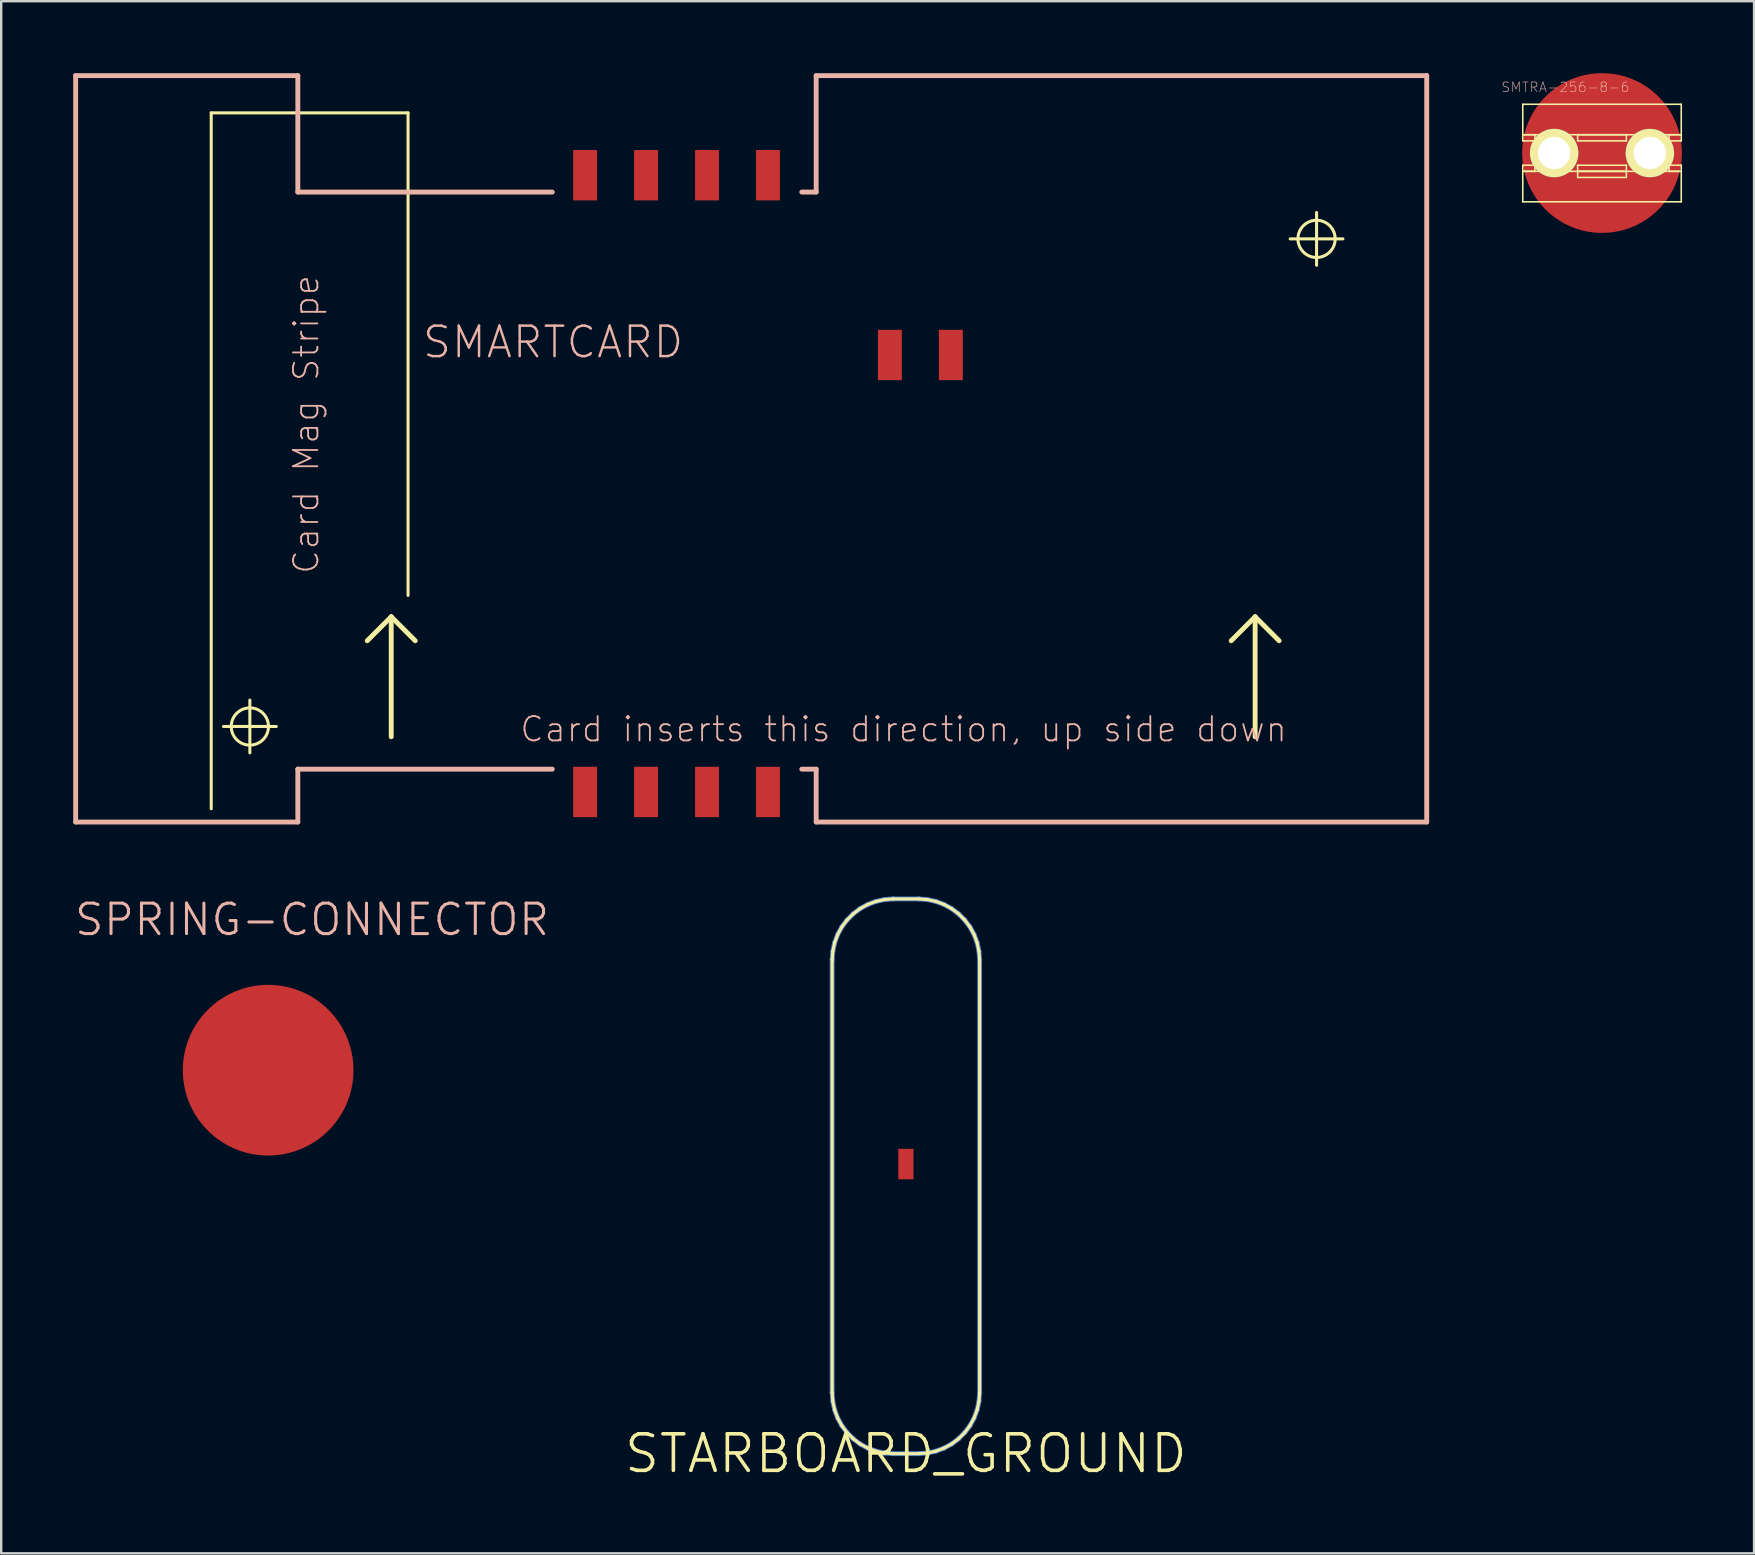
<source format=kicad_pcb>
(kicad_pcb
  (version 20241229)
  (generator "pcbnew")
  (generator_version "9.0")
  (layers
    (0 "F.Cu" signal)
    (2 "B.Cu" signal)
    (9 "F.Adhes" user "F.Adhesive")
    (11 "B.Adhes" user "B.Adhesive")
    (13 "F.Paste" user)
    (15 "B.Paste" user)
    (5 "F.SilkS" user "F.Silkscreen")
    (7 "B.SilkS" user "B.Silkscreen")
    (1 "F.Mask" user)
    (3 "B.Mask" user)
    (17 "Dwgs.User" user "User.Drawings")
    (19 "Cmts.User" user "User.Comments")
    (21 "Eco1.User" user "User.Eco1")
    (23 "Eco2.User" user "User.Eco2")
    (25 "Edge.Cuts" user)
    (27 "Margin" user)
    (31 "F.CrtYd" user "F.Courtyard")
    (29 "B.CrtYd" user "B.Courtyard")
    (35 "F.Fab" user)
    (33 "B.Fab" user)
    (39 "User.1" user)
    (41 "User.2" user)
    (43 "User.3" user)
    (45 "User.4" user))
  (footprint "SPRING-CONNECTOR"
    (layer "F.Cu")
    (at 8.123 41.543)
    (property "Reference" "SPRING-CONNECTOR" (at 1.829 -6.274 0) (layer "B.SilkS") (effects (font (size 1.27 1.27) (thickness 0.127))))
    (attr smd)
    (pad "P$2" smd circle (at 0 0) (size 7.112 7.112) (layers "F.Cu" "F.Mask" "F.Paste")))
  (footprint "SMARTCARD"
    (layer "F.Cu")
    (at 28.25 15.651)
    (property "Reference" "SMARTCARD" (at -8.255 -4.445 0) (layer "B.SilkS") (effects (font (size 1.27 1.27) (thickness 0.102))))
    (attr smd)
    (fp_line (start -22.499 -13.998) (end -22.499 14.999) (stroke (width 0.127) (type solid)) (layer "F.SilkS"))
    (fp_line (start -21.989 11.57) (end -19.789 11.57) (stroke (width 0.127) (type solid)) (layer "F.SilkS"))
    (fp_line (start -20.889 12.67) (end -20.889 10.47) (stroke (width 0.127) (type solid)) (layer "F.SilkS"))
    (fp_line (start -14.999 6.998) (end -15.999 7.998) (stroke (width 0.203) (type solid)) (layer "F.SilkS"))
    (fp_line (start -14.999 6.998) (end -13.998 7.998) (stroke (width 0.203) (type solid)) (layer "F.SilkS"))
    (fp_line (start -14.999 11.999) (end -14.999 6.998) (stroke (width 0.203) (type solid)) (layer "F.SilkS"))
    (fp_line (start -14.298 -13.998) (end -22.499 -13.998) (stroke (width 0.127) (type solid)) (layer "F.SilkS"))
    (fp_line (start -14.298 6.109) (end -14.298 -13.998) (stroke (width 0.127) (type solid)) (layer "F.SilkS"))
    (fp_line (start 20.998 6.998) (end 20 7.998) (stroke (width 0.203) (type solid)) (layer "F.SilkS"))
    (fp_line (start 20.998 6.998) (end 21.999 7.998) (stroke (width 0.203) (type solid)) (layer "F.SilkS"))
    (fp_line (start 20.998 11.999) (end 20.998 6.998) (stroke (width 0.203) (type solid)) (layer "F.SilkS"))
    (fp_line (start 22.459 -8.748) (end 24.658 -8.748) (stroke (width 0.127) (type solid)) (layer "F.SilkS"))
    (fp_line (start 23.558 -7.648) (end 23.558 -9.848) (stroke (width 0.127) (type solid)) (layer "F.SilkS"))
    (fp_circle (center -20.889 11.57) (end -21.438 12.118) (stroke (width 0.127) (type solid)) (fill no) (layer "F.SilkS"))
    (fp_circle (center 23.558 -8.748) (end 24.107 -9.296) (stroke (width 0.127) (type solid)) (fill no) (layer "F.SilkS"))
    (fp_line (start -28.148 -15.55) (end -18.89 -15.55) (stroke (width 0.203) (type solid)) (layer "B.SilkS"))
    (fp_line (start -28.148 15.55) (end -28.148 -15.55) (stroke (width 0.203) (type solid)) (layer "B.SilkS"))
    (fp_line (start -18.89 -10.698) (end -18.89 -15.55) (stroke (width 0.203) (type solid)) (layer "B.SilkS"))
    (fp_line (start -18.89 -10.698) (end -8.288 -10.698) (stroke (width 0.203) (type solid)) (layer "B.SilkS"))
    (fp_line (start -18.89 13.348) (end -18.89 15.55) (stroke (width 0.203) (type solid)) (layer "B.SilkS"))
    (fp_line (start -18.89 13.348) (end -8.288 13.348) (stroke (width 0.203) (type solid)) (layer "B.SilkS"))
    (fp_line (start -18.89 15.55) (end -28.148 15.55) (stroke (width 0.203) (type solid)) (layer "B.SilkS"))
    (fp_line (start 2.108 -10.698) (end 2.708 -10.698) (stroke (width 0.203) (type solid)) (layer "B.SilkS"))
    (fp_line (start 2.108 13.348) (end 2.708 13.348) (stroke (width 0.203) (type solid)) (layer "B.SilkS"))
    (fp_line (start 2.708 -15.55) (end 28.148 -15.55) (stroke (width 0.203) (type solid)) (layer "B.SilkS"))
    (fp_line (start 2.708 -10.698) (end 2.708 -15.55) (stroke (width 0.203) (type solid)) (layer "B.SilkS"))
    (fp_line (start 2.708 13.348) (end 2.708 15.55) (stroke (width 0.203) (type solid)) (layer "B.SilkS"))
    (fp_line (start 28.148 -15.55) (end 28.148 15.55) (stroke (width 0.203) (type solid)) (layer "B.SilkS"))
    (fp_line (start 28.148 15.55) (end 2.708 15.55) (stroke (width 0.203) (type solid)) (layer "B.SilkS"))
    (fp_text user "Card inserts this direction, up side down" (at 6.35 11.684 0) (layer "B.SilkS") (effects (font (size 1.016 1.016) (thickness 0.076))))
    (fp_text user "Card Mag Stripe" (at -18.542 -1.016 90) (layer "B.SilkS") (effects (font (size 1.016 1.016) (thickness 0.076))))
    (pad "C1" smd rect (at -6.919 -11.4 90) (size 2.098 0.998) (layers "F.Cu" "F.Mask" "F.Paste"))
    (pad "C2" smd rect (at -4.379 -11.4 90) (size 2.098 0.998) (layers "F.Cu" "F.Mask" "F.Paste"))
    (pad "C3" smd rect (at -1.839 -11.4 90) (size 2.098 0.998) (layers "F.Cu" "F.Mask" "F.Paste"))
    (pad "C4" smd rect (at 0.699 -11.4 90) (size 2.098 0.998) (layers "F.Cu" "F.Mask" "F.Paste"))
    (pad "C5" smd rect (at -6.919 14.298 90) (size 2.098 0.998) (layers "F.Cu" "F.Mask" "F.Paste"))
    (pad "C6" smd rect (at -4.379 14.298 90) (size 2.098 0.998) (layers "F.Cu" "F.Mask" "F.Paste"))
    (pad "C7" smd rect (at -1.839 14.298 90) (size 2.098 0.998) (layers "F.Cu" "F.Mask" "F.Paste"))
    (pad "C8" smd rect (at 0.699 14.298 90) (size 2.098 0.998) (layers "F.Cu" "F.Mask" "F.Paste"))
    (pad "P1" smd rect (at 5.779 -3.909 90) (size 2.098 0.998) (layers "F.Cu" "F.Mask" "F.Paste"))
    (pad "P2" smd rect (at 8.319 -3.909 90) (size 2.098 0.998) (layers "F.Cu" "F.Mask" "F.Paste")))
  (footprint "SMTRA-256-8-6"
    (layer "F.Cu")
    (at 63.702 3.327)
    (property "Reference" "SMTRA-256-8-6" (at -1.524 -2.743 0) (layer "B.SilkS") (effects (font (size 0.406 0.406) (thickness 0.025))))
    (attr smd)
    (fp_line (start -3.302 -2.032) (end 3.302 -2.032) (stroke (width 0.066) (type solid)) (layer "F.SilkS"))
    (fp_line (start -3.302 -0.762) (end -3.302 -2.032) (stroke (width 0.066) (type solid)) (layer "F.SilkS"))
    (fp_line (start -3.302 -0.762) (end -2.794 -0.762) (stroke (width 0.066) (type solid)) (layer "F.SilkS"))
    (fp_line (start -3.302 -0.762) (end 3.302 -0.762) (stroke (width 0.066) (type solid)) (layer "F.SilkS"))
    (fp_line (start -3.302 -0.508) (end -3.302 -0.762) (stroke (width 0.066) (type solid)) (layer "F.SilkS"))
    (fp_line (start -3.302 -0.508) (end -2.794 -0.508) (stroke (width 0.066) (type solid)) (layer "F.SilkS"))
    (fp_line (start -3.302 0.508) (end -2.794 0.508) (stroke (width 0.066) (type solid)) (layer "F.SilkS"))
    (fp_line (start -3.302 0.762) (end -3.302 0.508) (stroke (width 0.066) (type solid)) (layer "F.SilkS"))
    (fp_line (start -3.302 0.762) (end -2.794 0.762) (stroke (width 0.066) (type solid)) (layer "F.SilkS"))
    (fp_line (start -3.302 0.762) (end 3.302 0.762) (stroke (width 0.066) (type solid)) (layer "F.SilkS"))
    (fp_line (start -3.302 2.032) (end -3.302 0.762) (stroke (width 0.066) (type solid)) (layer "F.SilkS"))
    (fp_line (start -3.302 2.032) (end 3.302 2.032) (stroke (width 0.066) (type solid)) (layer "F.SilkS"))
    (fp_line (start -2.794 -0.508) (end -2.794 -0.762) (stroke (width 0.066) (type solid)) (layer "F.SilkS"))
    (fp_line (start -2.794 0.762) (end -2.794 0.508) (stroke (width 0.066) (type solid)) (layer "F.SilkS"))
    (fp_line (start -1.016 -0.762) (end 1.016 -0.762) (stroke (width 0.066) (type solid)) (layer "F.SilkS"))
    (fp_line (start -1.016 -0.508) (end -1.016 -0.762) (stroke (width 0.066) (type solid)) (layer "F.SilkS"))
    (fp_line (start -1.016 -0.508) (end 1.016 -0.508) (stroke (width 0.066) (type solid)) (layer "F.SilkS"))
    (fp_line (start -1.016 0.508) (end 1.016 0.508) (stroke (width 0.066) (type solid)) (layer "F.SilkS"))
    (fp_line (start -1.016 0.762) (end -1.016 0.508) (stroke (width 0.066) (type solid)) (layer "F.SilkS"))
    (fp_line (start -1.016 0.762) (end 1.016 0.762) (stroke (width 0.066) (type solid)) (layer "F.SilkS"))
    (fp_line (start -1.016 0.762) (end 1.016 0.762) (stroke (width 0.066) (type solid)) (layer "F.SilkS"))
    (fp_line (start -1.016 1.016) (end -1.016 0.762) (stroke (width 0.066) (type solid)) (layer "F.SilkS"))
    (fp_line (start -1.016 1.016) (end 1.016 1.016) (stroke (width 0.066) (type solid)) (layer "F.SilkS"))
    (fp_line (start 1.016 -0.508) (end 1.016 -0.762) (stroke (width 0.066) (type solid)) (layer "F.SilkS"))
    (fp_line (start 1.016 0.762) (end 1.016 0.508) (stroke (width 0.066) (type solid)) (layer "F.SilkS"))
    (fp_line (start 1.016 1.016) (end 1.016 0.762) (stroke (width 0.066) (type solid)) (layer "F.SilkS"))
    (fp_line (start 2.794 -0.762) (end 3.302 -0.762) (stroke (width 0.066) (type solid)) (layer "F.SilkS"))
    (fp_line (start 2.794 -0.508) (end 2.794 -0.762) (stroke (width 0.066) (type solid)) (layer "F.SilkS"))
    (fp_line (start 2.794 -0.508) (end 3.302 -0.508) (stroke (width 0.066) (type solid)) (layer "F.SilkS"))
    (fp_line (start 2.794 0.508) (end 3.302 0.508) (stroke (width 0.066) (type solid)) (layer "F.SilkS"))
    (fp_line (start 2.794 0.762) (end 2.794 0.508) (stroke (width 0.066) (type solid)) (layer "F.SilkS"))
    (fp_line (start 2.794 0.762) (end 3.302 0.762) (stroke (width 0.066) (type solid)) (layer "F.SilkS"))
    (fp_line (start 3.302 -0.762) (end 3.302 -2.032) (stroke (width 0.066) (type solid)) (layer "F.SilkS"))
    (fp_line (start 3.302 -0.508) (end 3.302 -0.762) (stroke (width 0.066) (type solid)) (layer "F.SilkS"))
    (fp_line (start 3.302 0.762) (end 3.302 0.508) (stroke (width 0.066) (type solid)) (layer "F.SilkS"))
    (fp_line (start 3.302 2.032) (end 3.302 0.762) (stroke (width 0.066) (type solid)) (layer "F.SilkS"))
    (pad "P$1" thru_hole circle (at -1.994 0) (size 2.019 2.019) (drill 1.346) (layers "*.Cu" "F.Mask" "F.SilkS" "F.Paste"))
    (pad "P$2" thru_hole circle (at 1.994 0) (size 2.019 2.019) (drill 1.346) (layers "*.Cu" "F.Mask" "F.SilkS" "F.Paste"))
    (pad "P$3" smd circle (at 0 0) (size 6.655 6.655) (layers "F.Cu" "F.Mask" "F.Paste")))
  (footprint "STARBOARD_GROUND"
    (layer "F.Cu")
    (at 34.696 57.519)
    (property "Reference" "STARBOARD_GROUND" (at 0 0 0) (layer "F.SilkS") (effects (font (size 1.524 1.524) (thickness 0.15))))
    (attr smd)
    (fp_line (start -3.073 -20.574) (end -3.045 -20.935) (stroke (width 0.203) (type solid)) (layer "B.Cu"))
    (fp_line (start -3.073 -2.54) (end -3.073 -20.574) (stroke (width 0.203) (type solid)) (layer "B.Cu"))
    (fp_line (start -3.045 -20.935) (end -2.969 -21.288) (stroke (width 0.203) (type solid)) (layer "B.Cu"))
    (fp_line (start -3.045 -2.177) (end -3.073 -2.54) (stroke (width 0.203) (type solid)) (layer "B.Cu"))
    (fp_line (start -2.969 -21.288) (end -2.842 -21.628) (stroke (width 0.203) (type solid)) (layer "B.Cu"))
    (fp_line (start -2.969 -1.824) (end -3.045 -2.177) (stroke (width 0.203) (type solid)) (layer "B.Cu"))
    (fp_line (start -2.842 -21.628) (end -2.67 -21.946) (stroke (width 0.203) (type solid)) (layer "B.Cu"))
    (fp_line (start -2.842 -1.483) (end -2.969 -1.824) (stroke (width 0.203) (type solid)) (layer "B.Cu"))
    (fp_line (start -2.67 -21.946) (end -2.451 -22.235) (stroke (width 0.203) (type solid)) (layer "B.Cu"))
    (fp_line (start -2.67 -1.166) (end -2.842 -1.483) (stroke (width 0.203) (type solid)) (layer "B.Cu"))
    (fp_line (start -2.451 -22.235) (end -2.195 -22.492) (stroke (width 0.203) (type solid)) (layer "B.Cu"))
    (fp_line (start -2.451 -0.876) (end -2.67 -1.166) (stroke (width 0.203) (type solid)) (layer "B.Cu"))
    (fp_line (start -2.195 -22.492) (end -1.905 -22.71) (stroke (width 0.203) (type solid)) (layer "B.Cu"))
    (fp_line (start -2.195 -0.62) (end -2.451 -0.876) (stroke (width 0.203) (type solid)) (layer "B.Cu"))
    (fp_line (start -1.905 -22.71) (end -1.587 -22.883) (stroke (width 0.203) (type solid)) (layer "B.Cu"))
    (fp_line (start -1.905 -0.401) (end -2.195 -0.62) (stroke (width 0.203) (type solid)) (layer "B.Cu"))
    (fp_line (start -1.587 -22.883) (end -1.247 -23.01) (stroke (width 0.203) (type solid)) (layer "B.Cu"))
    (fp_line (start -1.587 -0.229) (end -1.905 -0.401) (stroke (width 0.203) (type solid)) (layer "B.Cu"))
    (fp_line (start -1.247 -23.01) (end -0.894 -23.086) (stroke (width 0.203) (type solid)) (layer "B.Cu"))
    (fp_line (start -1.247 -0.102) (end -1.587 -0.229) (stroke (width 0.203) (type solid)) (layer "B.Cu"))
    (fp_line (start -0.894 -23.086) (end -0.533 -23.114) (stroke (width 0.203) (type solid)) (layer "B.Cu"))
    (fp_line (start -0.894 -0.025) (end -1.247 -0.102) (stroke (width 0.203) (type solid)) (layer "B.Cu"))
    (fp_line (start -0.533 -23.114) (end 0.533 -23.114) (stroke (width 0.203) (type solid)) (layer "B.Cu"))
    (fp_line (start -0.533 0) (end -0.894 -0.025) (stroke (width 0.203) (type solid)) (layer "B.Cu"))
    (fp_line (start 0 0) (end -0.533 0) (stroke (width 0.203) (type solid)) (layer "B.Cu"))
    (fp_line (start 0.533 -23.114) (end 0.894 -23.086) (stroke (width 0.203) (type solid)) (layer "B.Cu"))
    (fp_line (start 0.533 0) (end 0 0) (stroke (width 0.203) (type solid)) (layer "B.Cu"))
    (fp_line (start 0.894 -23.086) (end 1.247 -23.01) (stroke (width 0.203) (type solid)) (layer "B.Cu"))
    (fp_line (start 0.894 -0.025) (end 0.533 0) (stroke (width 0.203) (type solid)) (layer "B.Cu"))
    (fp_line (start 1.247 -23.01) (end 1.587 -22.883) (stroke (width 0.203) (type solid)) (layer "B.Cu"))
    (fp_line (start 1.247 -0.102) (end 0.894 -0.025) (stroke (width 0.203) (type solid)) (layer "B.Cu"))
    (fp_line (start 1.587 -22.883) (end 1.905 -22.71) (stroke (width 0.203) (type solid)) (layer "B.Cu"))
    (fp_line (start 1.587 -0.229) (end 1.247 -0.102) (stroke (width 0.203) (type solid)) (layer "B.Cu"))
    (fp_line (start 1.905 -22.71) (end 2.195 -22.492) (stroke (width 0.203) (type solid)) (layer "B.Cu"))
    (fp_line (start 1.905 -0.401) (end 1.587 -0.229) (stroke (width 0.203) (type solid)) (layer "B.Cu"))
    (fp_line (start 2.195 -22.492) (end 2.451 -22.235) (stroke (width 0.203) (type solid)) (layer "B.Cu"))
    (fp_line (start 2.195 -0.62) (end 1.905 -0.401) (stroke (width 0.203) (type solid)) (layer "B.Cu"))
    (fp_line (start 2.451 -22.235) (end 2.67 -21.946) (stroke (width 0.203) (type solid)) (layer "B.Cu"))
    (fp_line (start 2.451 -0.876) (end 2.195 -0.62) (stroke (width 0.203) (type solid)) (layer "B.Cu"))
    (fp_line (start 2.67 -21.946) (end 2.842 -21.628) (stroke (width 0.203) (type solid)) (layer "B.Cu"))
    (fp_line (start 2.67 -1.166) (end 2.451 -0.876) (stroke (width 0.203) (type solid)) (layer "B.Cu"))
    (fp_line (start 2.842 -21.628) (end 2.969 -21.288) (stroke (width 0.203) (type solid)) (layer "B.Cu"))
    (fp_line (start 2.842 -1.483) (end 2.67 -1.166) (stroke (width 0.203) (type solid)) (layer "B.Cu"))
    (fp_line (start 2.969 -21.288) (end 3.045 -20.935) (stroke (width 0.203) (type solid)) (layer "B.Cu"))
    (fp_line (start 2.969 -1.824) (end 2.842 -1.483) (stroke (width 0.203) (type solid)) (layer "B.Cu"))
    (fp_line (start 3.045 -20.935) (end 3.073 -20.574) (stroke (width 0.203) (type solid)) (layer "B.Cu"))
    (fp_line (start 3.045 -2.177) (end 2.969 -1.824) (stroke (width 0.203) (type solid)) (layer "B.Cu"))
    (fp_line (start 3.073 -20.574) (end 3.073 -2.54) (stroke (width 0.203) (type solid)) (layer "B.Cu"))
    (fp_line (start 3.073 -2.54) (end 3.045 -2.177) (stroke (width 0.203) (type solid)) (layer "B.Cu"))
    (fp_line (start -3.073 -20.574) (end -3.045 -20.935) (stroke (width 0.127) (type solid)) (layer "F.SilkS"))
    (fp_line (start -3.073 -2.54) (end -3.073 -20.574) (stroke (width 0.127) (type solid)) (layer "F.SilkS"))
    (fp_line (start -3.045 -20.935) (end -2.969 -21.288) (stroke (width 0.127) (type solid)) (layer "F.SilkS"))
    (fp_line (start -3.045 -2.177) (end -3.073 -2.54) (stroke (width 0.127) (type solid)) (layer "F.SilkS"))
    (fp_line (start -2.969 -21.288) (end -2.842 -21.628) (stroke (width 0.127) (type solid)) (layer "F.SilkS"))
    (fp_line (start -2.969 -1.824) (end -3.045 -2.177) (stroke (width 0.127) (type solid)) (layer "F.SilkS"))
    (fp_line (start -2.842 -21.628) (end -2.67 -21.946) (stroke (width 0.127) (type solid)) (layer "F.SilkS"))
    (fp_line (start -2.842 -1.483) (end -2.969 -1.824) (stroke (width 0.127) (type solid)) (layer "F.SilkS"))
    (fp_line (start -2.67 -21.946) (end -2.451 -22.235) (stroke (width 0.127) (type solid)) (layer "F.SilkS"))
    (fp_line (start -2.67 -1.166) (end -2.842 -1.483) (stroke (width 0.127) (type solid)) (layer "F.SilkS"))
    (fp_line (start -2.451 -22.235) (end -2.195 -22.492) (stroke (width 0.127) (type solid)) (layer "F.SilkS"))
    (fp_line (start -2.451 -0.876) (end -2.67 -1.166) (stroke (width 0.127) (type solid)) (layer "F.SilkS"))
    (fp_line (start -2.195 -22.492) (end -1.905 -22.71) (stroke (width 0.127) (type solid)) (layer "F.SilkS"))
    (fp_line (start -2.195 -0.62) (end -2.451 -0.876) (stroke (width 0.127) (type solid)) (layer "F.SilkS"))
    (fp_line (start -1.905 -22.71) (end -1.587 -22.883) (stroke (width 0.127) (type solid)) (layer "F.SilkS"))
    (fp_line (start -1.905 -0.401) (end -2.195 -0.62) (stroke (width 0.127) (type solid)) (layer "F.SilkS"))
    (fp_line (start -1.587 -22.883) (end -1.247 -23.01) (stroke (width 0.127) (type solid)) (layer "F.SilkS"))
    (fp_line (start -1.587 -0.229) (end -1.905 -0.401) (stroke (width 0.127) (type solid)) (layer "F.SilkS"))
    (fp_line (start -1.247 -23.01) (end -0.894 -23.086) (stroke (width 0.127) (type solid)) (layer "F.SilkS"))
    (fp_line (start -1.247 -0.102) (end -1.587 -0.229) (stroke (width 0.127) (type solid)) (layer "F.SilkS"))
    (fp_line (start -0.894 -23.086) (end -0.533 -23.114) (stroke (width 0.127) (type solid)) (layer "F.SilkS"))
    (fp_line (start -0.894 -0.025) (end -1.247 -0.102) (stroke (width 0.127) (type solid)) (layer "F.SilkS"))
    (fp_line (start -0.533 -23.114) (end 0.533 -23.114) (stroke (width 0.127) (type solid)) (layer "F.SilkS"))
    (fp_line (start -0.533 0) (end -0.894 -0.025) (stroke (width 0.127) (type solid)) (layer "F.SilkS"))
    (fp_line (start 0.533 -23.114) (end 0.894 -23.086) (stroke (width 0.127) (type solid)) (layer "F.SilkS"))
    (fp_line (start 0.533 0) (end -0.533 0) (stroke (width 0.127) (type solid)) (layer "F.SilkS"))
    (fp_line (start 0.894 -23.086) (end 1.247 -23.01) (stroke (width 0.127) (type solid)) (layer "F.SilkS"))
    (fp_line (start 0.894 -0.025) (end 0.533 0) (stroke (width 0.127) (type solid)) (layer "F.SilkS"))
    (fp_line (start 1.247 -23.01) (end 1.587 -22.883) (stroke (width 0.127) (type solid)) (layer "F.SilkS"))
    (fp_line (start 1.247 -0.102) (end 0.894 -0.025) (stroke (width 0.127) (type solid)) (layer "F.SilkS"))
    (fp_line (start 1.587 -22.883) (end 1.905 -22.71) (stroke (width 0.127) (type solid)) (layer "F.SilkS"))
    (fp_line (start 1.587 -0.229) (end 1.247 -0.102) (stroke (width 0.127) (type solid)) (layer "F.SilkS"))
    (fp_line (start 1.905 -22.71) (end 2.195 -22.492) (stroke (width 0.127) (type solid)) (layer "F.SilkS"))
    (fp_line (start 1.905 -0.401) (end 1.587 -0.229) (stroke (width 0.127) (type solid)) (layer "F.SilkS"))
    (fp_line (start 2.195 -22.492) (end 2.451 -22.235) (stroke (width 0.127) (type solid)) (layer "F.SilkS"))
    (fp_line (start 2.195 -0.62) (end 1.905 -0.401) (stroke (width 0.127) (type solid)) (layer "F.SilkS"))
    (fp_line (start 2.451 -22.235) (end 2.67 -21.946) (stroke (width 0.127) (type solid)) (layer "F.SilkS"))
    (fp_line (start 2.451 -0.876) (end 2.195 -0.62) (stroke (width 0.127) (type solid)) (layer "F.SilkS"))
    (fp_line (start 2.67 -21.946) (end 2.842 -21.628) (stroke (width 0.127) (type solid)) (layer "F.SilkS"))
    (fp_line (start 2.67 -1.166) (end 2.451 -0.876) (stroke (width 0.127) (type solid)) (layer "F.SilkS"))
    (fp_line (start 2.842 -21.628) (end 2.969 -21.288) (stroke (width 0.127) (type solid)) (layer "F.SilkS"))
    (fp_line (start 2.842 -1.483) (end 2.67 -1.166) (stroke (width 0.127) (type solid)) (layer "F.SilkS"))
    (fp_line (start 2.969 -21.288) (end 3.045 -20.935) (stroke (width 0.127) (type solid)) (layer "F.SilkS"))
    (fp_line (start 2.969 -1.824) (end 2.842 -1.483) (stroke (width 0.127) (type solid)) (layer "F.SilkS"))
    (fp_line (start 3.045 -20.935) (end 3.073 -20.574) (stroke (width 0.127) (type solid)) (layer "F.SilkS"))
    (fp_line (start 3.045 -2.177) (end 2.969 -1.824) (stroke (width 0.127) (type solid)) (layer "F.SilkS"))
    (fp_line (start 3.073 -20.574) (end 3.073 -2.54) (stroke (width 0.127) (type solid)) (layer "F.SilkS"))
    (fp_line (start 3.073 -2.54) (end 3.045 -2.177) (stroke (width 0.127) (type solid)) (layer "F.SilkS"))
    (pad "GROU" smd rect (at 0 -12.065 90) (size 1.27 0.635) (layers "F.Cu" "F.Mask" "F.Paste")))
  (gr_rect
    (start -3 -3)
    (end 70.037 61.673)
    (stroke (width 0.1) (type default))
    (fill no)
    (layer "Edge.Cuts")))
</source>
